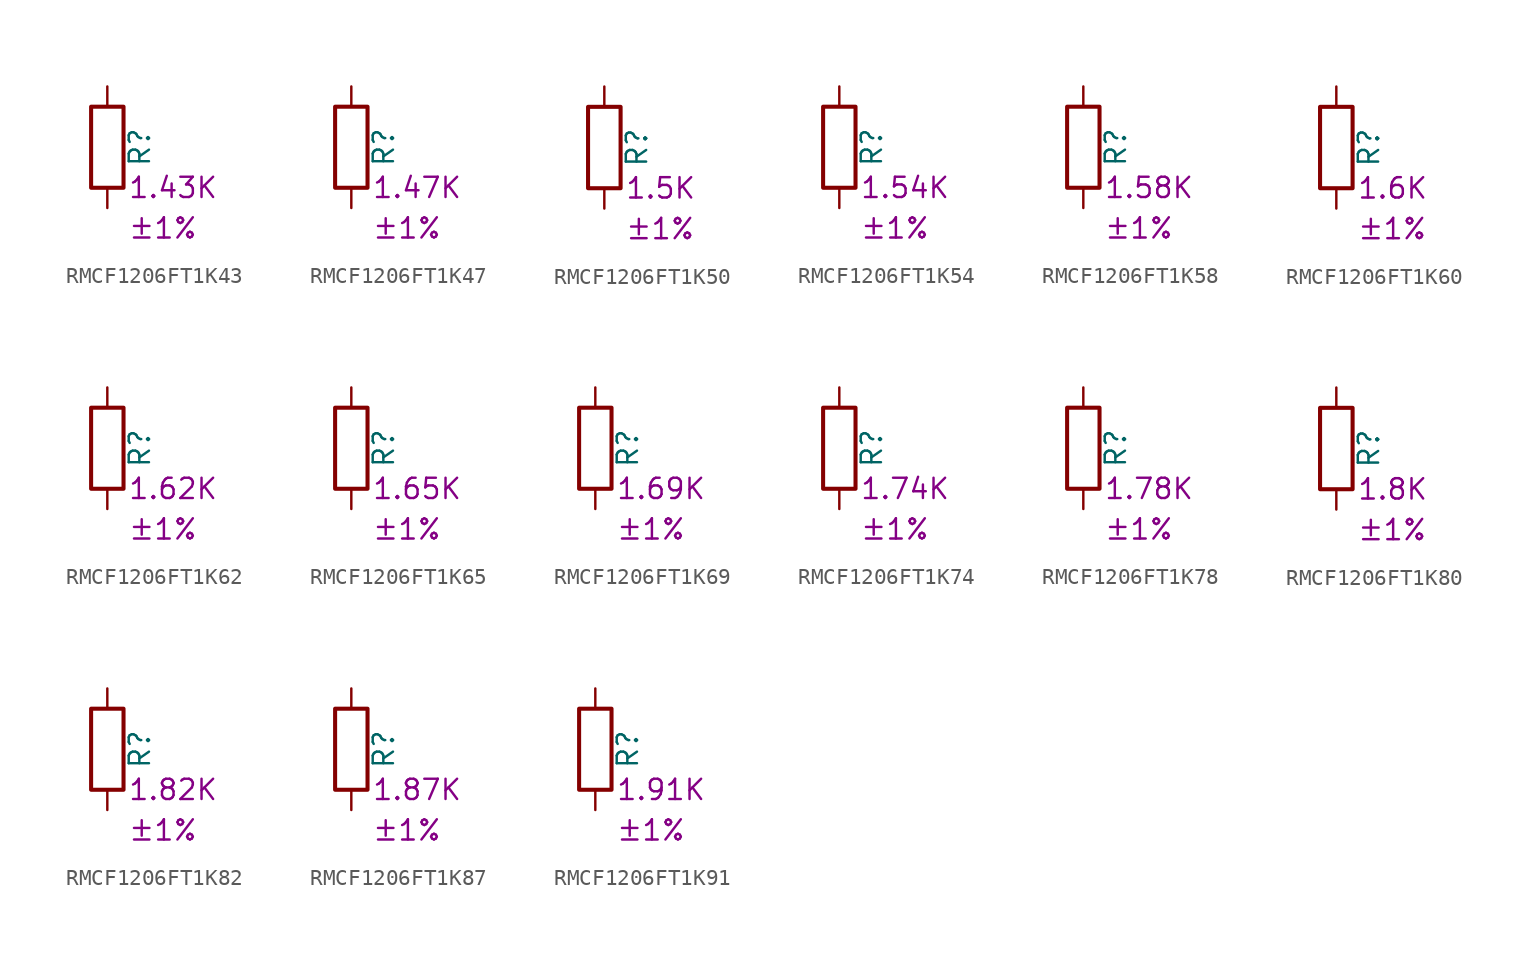
<source format=kicad_sym>
(kicad_symbol_lib
  (version 20220914)
  (generator kicad_symbol_editor)
  (symbol "RMCF1206FT1K43"
    (pin_numbers hide)
    (pin_names
      (offset 0))
    (property "Reference" "R"
      (at 2.032 0 90)
      (effects (font (size 1.27 1.27))))
    (property "Resistance" "1.43K"
      (at 1.27 -2.54 0)
      (effects (font (size 1.27 1.27)) (justify left)))
    (property "Tolerance" "±1%"
      (at 1.27 -5.08 0)
      (effects (font (size 1.27 1.27)) (justify left)))
    (symbol "RMCF1206FT1K43_0_1"
      (rectangle (start -1.016 -2.54) (end 1.016 2.54) (stroke (width 0.254) (type default)) (fill (type none))))
    (symbol "RMCF1206FT1K43_1_1"
      (pin passive line (at 0 3.81 270) (length 1.27) (name "~" (effects (font (size 1.27 1.27)))) (number "1" (effects (font (size 1.27 1.27)))))
      (pin passive line (at 0 -3.81 90) (length 1.27) (name "~" (effects (font (size 1.27 1.27)))) (number "2" (effects (font (size 1.27 1.27)))))))
  (symbol "RMCF1206FT1K47"
    (pin_numbers hide)
    (pin_names
      (offset 0))
    (property "Reference" "R"
      (at 2.032 0 90)
      (effects (font (size 1.27 1.27))))
    (property "Resistance" "1.47K"
      (at 1.27 -2.54 0)
      (effects (font (size 1.27 1.27)) (justify left)))
    (property "Tolerance" "±1%"
      (at 1.27 -5.08 0)
      (effects (font (size 1.27 1.27)) (justify left)))
    (symbol "RMCF1206FT1K47_0_1"
      (rectangle (start -1.016 -2.54) (end 1.016 2.54) (stroke (width 0.254) (type default)) (fill (type none))))
    (symbol "RMCF1206FT1K47_1_1"
      (pin passive line (at 0 3.81 270) (length 1.27) (name "~" (effects (font (size 1.27 1.27)))) (number "1" (effects (font (size 1.27 1.27)))))
      (pin passive line (at 0 -3.81 90) (length 1.27) (name "~" (effects (font (size 1.27 1.27)))) (number "2" (effects (font (size 1.27 1.27)))))))
  (symbol "RMCF1206FT1K50"
    (pin_numbers hide)
    (pin_names
      (offset 0))
    (property "Reference" "R"
      (at 2.032 0 90)
      (effects (font (size 1.27 1.27))))
    (property "Resistance" "1.5K"
      (at 1.27 -2.54 0)
      (effects (font (size 1.27 1.27)) (justify left)))
    (property "Tolerance" "±1%"
      (at 1.27 -5.08 0)
      (effects (font (size 1.27 1.27)) (justify left)))
    (symbol "RMCF1206FT1K50_0_1"
      (rectangle (start -1.016 -2.54) (end 1.016 2.54) (stroke (width 0.254) (type default)) (fill (type none))))
    (symbol "RMCF1206FT1K50_1_1"
      (pin passive line (at 0 3.81 270) (length 1.27) (name "~" (effects (font (size 1.27 1.27)))) (number "1" (effects (font (size 1.27 1.27)))))
      (pin passive line (at 0 -3.81 90) (length 1.27) (name "~" (effects (font (size 1.27 1.27)))) (number "2" (effects (font (size 1.27 1.27)))))))
  (symbol "RMCF1206FT1K54"
    (pin_numbers hide)
    (pin_names
      (offset 0))
    (property "Reference" "R"
      (at 2.032 0 90)
      (effects (font (size 1.27 1.27))))
    (property "Resistance" "1.54K"
      (at 1.27 -2.54 0)
      (effects (font (size 1.27 1.27)) (justify left)))
    (property "Tolerance" "±1%"
      (at 1.27 -5.08 0)
      (effects (font (size 1.27 1.27)) (justify left)))
    (symbol "RMCF1206FT1K54_0_1"
      (rectangle (start -1.016 -2.54) (end 1.016 2.54) (stroke (width 0.254) (type default)) (fill (type none))))
    (symbol "RMCF1206FT1K54_1_1"
      (pin passive line (at 0 3.81 270) (length 1.27) (name "~" (effects (font (size 1.27 1.27)))) (number "1" (effects (font (size 1.27 1.27)))))
      (pin passive line (at 0 -3.81 90) (length 1.27) (name "~" (effects (font (size 1.27 1.27)))) (number "2" (effects (font (size 1.27 1.27)))))))
  (symbol "RMCF1206FT1K58"
    (pin_numbers hide)
    (pin_names
      (offset 0))
    (property "Reference" "R"
      (at 2.032 0 90)
      (effects (font (size 1.27 1.27))))
    (property "Resistance" "1.58K"
      (at 1.27 -2.54 0)
      (effects (font (size 1.27 1.27)) (justify left)))
    (property "Tolerance" "±1%"
      (at 1.27 -5.08 0)
      (effects (font (size 1.27 1.27)) (justify left)))
    (symbol "RMCF1206FT1K58_0_1"
      (rectangle (start -1.016 -2.54) (end 1.016 2.54) (stroke (width 0.254) (type default)) (fill (type none))))
    (symbol "RMCF1206FT1K58_1_1"
      (pin passive line (at 0 3.81 270) (length 1.27) (name "~" (effects (font (size 1.27 1.27)))) (number "1" (effects (font (size 1.27 1.27)))))
      (pin passive line (at 0 -3.81 90) (length 1.27) (name "~" (effects (font (size 1.27 1.27)))) (number "2" (effects (font (size 1.27 1.27)))))))
  (symbol "RMCF1206FT1K60"
    (pin_numbers hide)
    (pin_names
      (offset 0))
    (property "Reference" "R"
      (at 2.032 0 90)
      (effects (font (size 1.27 1.27))))
    (property "Resistance" "1.6K"
      (at 1.27 -2.54 0)
      (effects (font (size 1.27 1.27)) (justify left)))
    (property "Tolerance" "±1%"
      (at 1.27 -5.08 0)
      (effects (font (size 1.27 1.27)) (justify left)))
    (symbol "RMCF1206FT1K60_0_1"
      (rectangle (start -1.016 -2.54) (end 1.016 2.54) (stroke (width 0.254) (type default)) (fill (type none))))
    (symbol "RMCF1206FT1K60_1_1"
      (pin passive line (at 0 3.81 270) (length 1.27) (name "~" (effects (font (size 1.27 1.27)))) (number "1" (effects (font (size 1.27 1.27)))))
      (pin passive line (at 0 -3.81 90) (length 1.27) (name "~" (effects (font (size 1.27 1.27)))) (number "2" (effects (font (size 1.27 1.27)))))))
  (symbol "RMCF1206FT1K62"
    (pin_numbers hide)
    (pin_names
      (offset 0))
    (property "Reference" "R"
      (at 2.032 0 90)
      (effects (font (size 1.27 1.27))))
    (property "Resistance" "1.62K"
      (at 1.27 -2.54 0)
      (effects (font (size 1.27 1.27)) (justify left)))
    (property "Tolerance" "±1%"
      (at 1.27 -5.08 0)
      (effects (font (size 1.27 1.27)) (justify left)))
    (symbol "RMCF1206FT1K62_0_1"
      (rectangle (start -1.016 -2.54) (end 1.016 2.54) (stroke (width 0.254) (type default)) (fill (type none))))
    (symbol "RMCF1206FT1K62_1_1"
      (pin passive line (at 0 3.81 270) (length 1.27) (name "~" (effects (font (size 1.27 1.27)))) (number "1" (effects (font (size 1.27 1.27)))))
      (pin passive line (at 0 -3.81 90) (length 1.27) (name "~" (effects (font (size 1.27 1.27)))) (number "2" (effects (font (size 1.27 1.27)))))))
  (symbol "RMCF1206FT1K65"
    (pin_numbers hide)
    (pin_names
      (offset 0))
    (property "Reference" "R"
      (at 2.032 0 90)
      (effects (font (size 1.27 1.27))))
    (property "Resistance" "1.65K"
      (at 1.27 -2.54 0)
      (effects (font (size 1.27 1.27)) (justify left)))
    (property "Tolerance" "±1%"
      (at 1.27 -5.08 0)
      (effects (font (size 1.27 1.27)) (justify left)))
    (symbol "RMCF1206FT1K65_0_1"
      (rectangle (start -1.016 -2.54) (end 1.016 2.54) (stroke (width 0.254) (type default)) (fill (type none))))
    (symbol "RMCF1206FT1K65_1_1"
      (pin passive line (at 0 3.81 270) (length 1.27) (name "~" (effects (font (size 1.27 1.27)))) (number "1" (effects (font (size 1.27 1.27)))))
      (pin passive line (at 0 -3.81 90) (length 1.27) (name "~" (effects (font (size 1.27 1.27)))) (number "2" (effects (font (size 1.27 1.27)))))))
  (symbol "RMCF1206FT1K69"
    (pin_numbers hide)
    (pin_names
      (offset 0))
    (property "Reference" "R"
      (at 2.032 0 90)
      (effects (font (size 1.27 1.27))))
    (property "Resistance" "1.69K"
      (at 1.27 -2.54 0)
      (effects (font (size 1.27 1.27)) (justify left)))
    (property "Tolerance" "±1%"
      (at 1.27 -5.08 0)
      (effects (font (size 1.27 1.27)) (justify left)))
    (symbol "RMCF1206FT1K69_0_1"
      (rectangle (start -1.016 -2.54) (end 1.016 2.54) (stroke (width 0.254) (type default)) (fill (type none))))
    (symbol "RMCF1206FT1K69_1_1"
      (pin passive line (at 0 3.81 270) (length 1.27) (name "~" (effects (font (size 1.27 1.27)))) (number "1" (effects (font (size 1.27 1.27)))))
      (pin passive line (at 0 -3.81 90) (length 1.27) (name "~" (effects (font (size 1.27 1.27)))) (number "2" (effects (font (size 1.27 1.27)))))))
  (symbol "RMCF1206FT1K74"
    (pin_numbers hide)
    (pin_names
      (offset 0))
    (property "Reference" "R"
      (at 2.032 0 90)
      (effects (font (size 1.27 1.27))))
    (property "Resistance" "1.74K"
      (at 1.27 -2.54 0)
      (effects (font (size 1.27 1.27)) (justify left)))
    (property "Tolerance" "±1%"
      (at 1.27 -5.08 0)
      (effects (font (size 1.27 1.27)) (justify left)))
    (symbol "RMCF1206FT1K74_0_1"
      (rectangle (start -1.016 -2.54) (end 1.016 2.54) (stroke (width 0.254) (type default)) (fill (type none))))
    (symbol "RMCF1206FT1K74_1_1"
      (pin passive line (at 0 3.81 270) (length 1.27) (name "~" (effects (font (size 1.27 1.27)))) (number "1" (effects (font (size 1.27 1.27)))))
      (pin passive line (at 0 -3.81 90) (length 1.27) (name "~" (effects (font (size 1.27 1.27)))) (number "2" (effects (font (size 1.27 1.27)))))))
  (symbol "RMCF1206FT1K78"
    (pin_numbers hide)
    (pin_names
      (offset 0))
    (property "Reference" "R"
      (at 2.032 0 90)
      (effects (font (size 1.27 1.27))))
    (property "Resistance" "1.78K"
      (at 1.27 -2.54 0)
      (effects (font (size 1.27 1.27)) (justify left)))
    (property "Tolerance" "±1%"
      (at 1.27 -5.08 0)
      (effects (font (size 1.27 1.27)) (justify left)))
    (symbol "RMCF1206FT1K78_0_1"
      (rectangle (start -1.016 -2.54) (end 1.016 2.54) (stroke (width 0.254) (type default)) (fill (type none))))
    (symbol "RMCF1206FT1K78_1_1"
      (pin passive line (at 0 3.81 270) (length 1.27) (name "~" (effects (font (size 1.27 1.27)))) (number "1" (effects (font (size 1.27 1.27)))))
      (pin passive line (at 0 -3.81 90) (length 1.27) (name "~" (effects (font (size 1.27 1.27)))) (number "2" (effects (font (size 1.27 1.27)))))))
  (symbol "RMCF1206FT1K80"
    (pin_numbers hide)
    (pin_names
      (offset 0))
    (property "Reference" "R"
      (at 2.032 0 90)
      (effects (font (size 1.27 1.27))))
    (property "Resistance" "1.8K"
      (at 1.27 -2.54 0)
      (effects (font (size 1.27 1.27)) (justify left)))
    (property "Tolerance" "±1%"
      (at 1.27 -5.08 0)
      (effects (font (size 1.27 1.27)) (justify left)))
    (symbol "RMCF1206FT1K80_0_1"
      (rectangle (start -1.016 -2.54) (end 1.016 2.54) (stroke (width 0.254) (type default)) (fill (type none))))
    (symbol "RMCF1206FT1K80_1_1"
      (pin passive line (at 0 3.81 270) (length 1.27) (name "~" (effects (font (size 1.27 1.27)))) (number "1" (effects (font (size 1.27 1.27)))))
      (pin passive line (at 0 -3.81 90) (length 1.27) (name "~" (effects (font (size 1.27 1.27)))) (number "2" (effects (font (size 1.27 1.27)))))))
  (symbol "RMCF1206FT1K82"
    (pin_numbers hide)
    (pin_names
      (offset 0))
    (property "Reference" "R"
      (at 2.032 0 90)
      (effects (font (size 1.27 1.27))))
    (property "Resistance" "1.82K"
      (at 1.27 -2.54 0)
      (effects (font (size 1.27 1.27)) (justify left)))
    (property "Tolerance" "±1%"
      (at 1.27 -5.08 0)
      (effects (font (size 1.27 1.27)) (justify left)))
    (symbol "RMCF1206FT1K82_0_1"
      (rectangle (start -1.016 -2.54) (end 1.016 2.54) (stroke (width 0.254) (type default)) (fill (type none))))
    (symbol "RMCF1206FT1K82_1_1"
      (pin passive line (at 0 3.81 270) (length 1.27) (name "~" (effects (font (size 1.27 1.27)))) (number "1" (effects (font (size 1.27 1.27)))))
      (pin passive line (at 0 -3.81 90) (length 1.27) (name "~" (effects (font (size 1.27 1.27)))) (number "2" (effects (font (size 1.27 1.27)))))))
  (symbol "RMCF1206FT1K87"
    (pin_numbers hide)
    (pin_names
      (offset 0))
    (property "Reference" "R"
      (at 2.032 0 90)
      (effects (font (size 1.27 1.27))))
    (property "Resistance" "1.87K"
      (at 1.27 -2.54 0)
      (effects (font (size 1.27 1.27)) (justify left)))
    (property "Tolerance" "±1%"
      (at 1.27 -5.08 0)
      (effects (font (size 1.27 1.27)) (justify left)))
    (symbol "RMCF1206FT1K87_0_1"
      (rectangle (start -1.016 -2.54) (end 1.016 2.54) (stroke (width 0.254) (type default)) (fill (type none))))
    (symbol "RMCF1206FT1K87_1_1"
      (pin passive line (at 0 3.81 270) (length 1.27) (name "~" (effects (font (size 1.27 1.27)))) (number "1" (effects (font (size 1.27 1.27)))))
      (pin passive line (at 0 -3.81 90) (length 1.27) (name "~" (effects (font (size 1.27 1.27)))) (number "2" (effects (font (size 1.27 1.27)))))))
  (symbol "RMCF1206FT1K91"
    (pin_numbers hide)
    (pin_names
      (offset 0))
    (property "Reference" "R"
      (at 2.032 0 90)
      (effects (font (size 1.27 1.27))))
    (property "Resistance" "1.91K"
      (at 1.27 -2.54 0)
      (effects (font (size 1.27 1.27)) (justify left)))
    (property "Tolerance" "±1%"
      (at 1.27 -5.08 0)
      (effects (font (size 1.27 1.27)) (justify left)))
    (symbol "RMCF1206FT1K91_0_1"
      (rectangle (start -1.016 -2.54) (end 1.016 2.54) (stroke (width 0.254) (type default)) (fill (type none))))
    (symbol "RMCF1206FT1K91_1_1"
      (pin passive line (at 0 3.81 270) (length 1.27) (name "~" (effects (font (size 1.27 1.27)))) (number "1" (effects (font (size 1.27 1.27)))))
      (pin passive line (at 0 -3.81 90) (length 1.27) (name "~" (effects (font (size 1.27 1.27)))) (number "2" (effects (font (size 1.27 1.27))))))))
</source>
